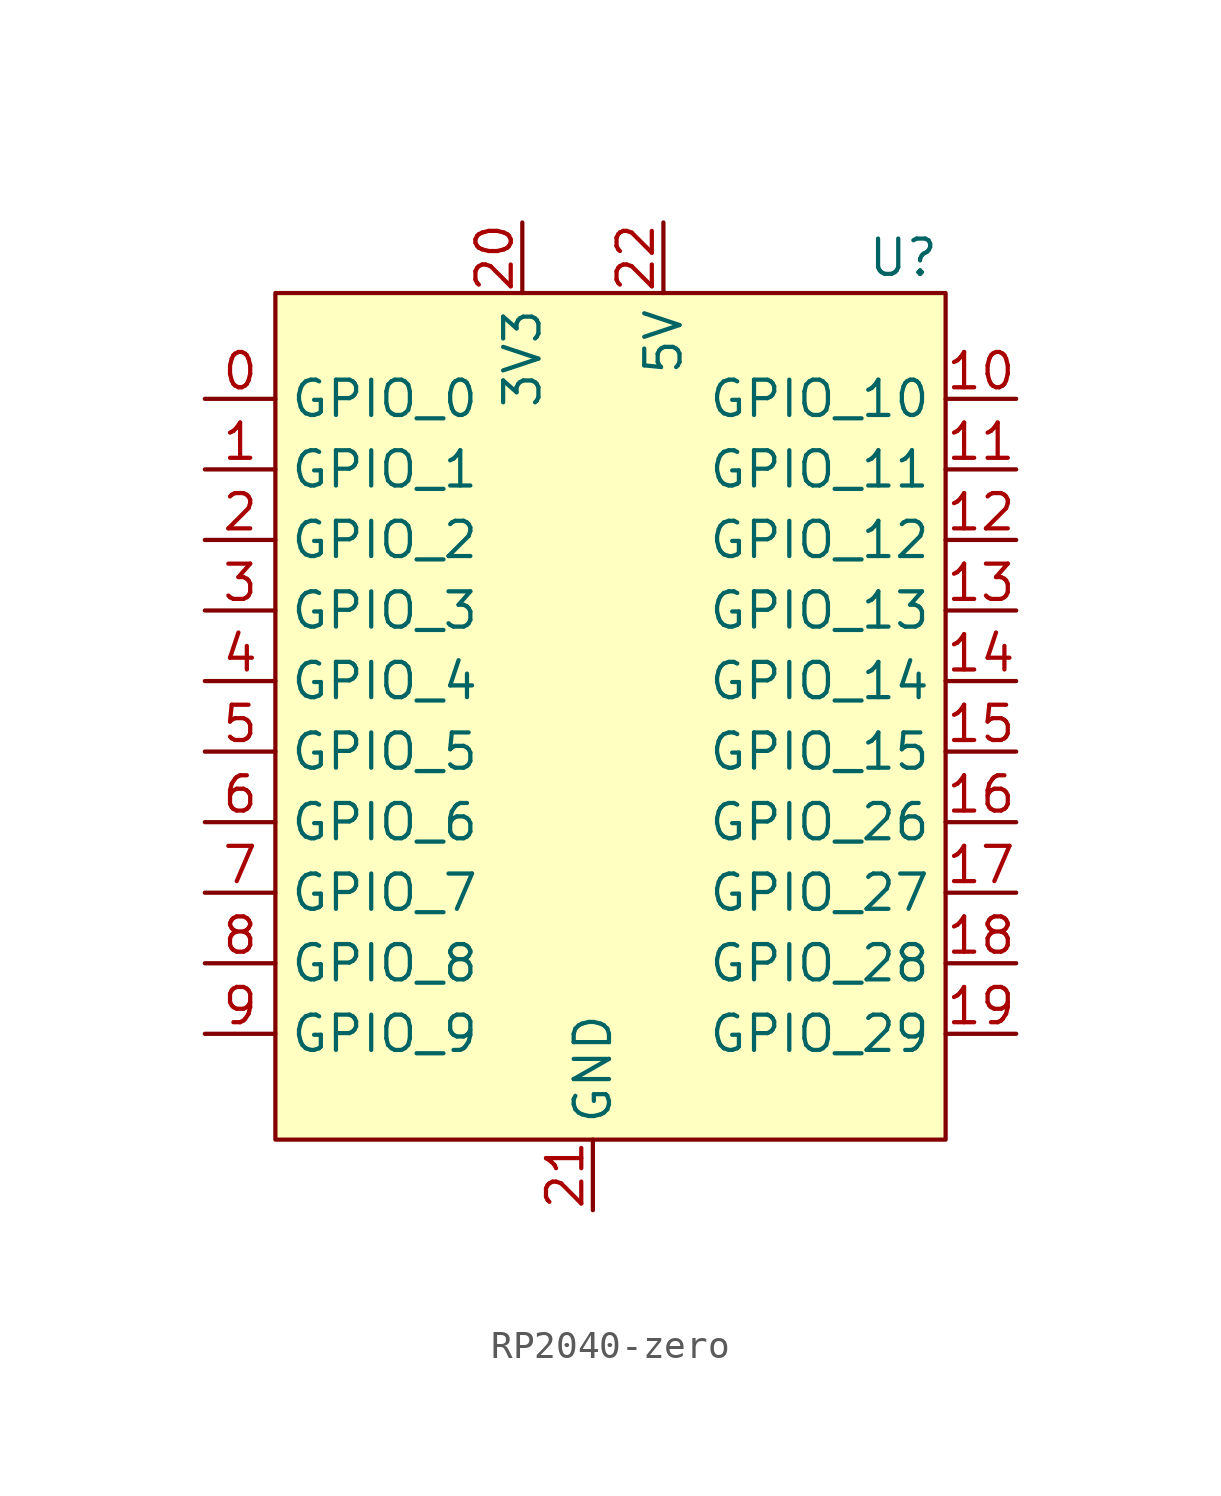
<source format=kicad_sym>
(kicad_symbol_lib
  (version 20231120)
  (generator "kicad_symbol_editor")
  (generator_version "8.0")
  (symbol "RP2040-zero"
    (property "Reference" "U"
      (at 11.176 16.51 0)
      (effects (font (size 1.27 1.27))))
    (property "Value" ""
      (at -13.97 11.43 0)
      (effects (font (size 1.27 1.27))))
    (symbol "RP2040-zero_0_0"
      (pin bidirectional line (at -13.97 11.43 0) (length 2.54) (name "GPIO_0" (effects (font (size 1.27 1.27)))) (number "0" (effects (font (size 1.27 1.27)))))
      (pin bidirectional line (at -13.97 8.89 0) (length 2.54) (name "GPIO_1" (effects (font (size 1.27 1.27)))) (number "1" (effects (font (size 1.27 1.27)))))
      (pin bidirectional line (at 15.24 11.43 180) (length 2.54) (name "GPIO_10" (effects (font (size 1.27 1.27)))) (number "10" (effects (font (size 1.27 1.27)))))
      (pin bidirectional line (at 15.24 8.89 180) (length 2.54) (name "GPIO_11" (effects (font (size 1.27 1.27)))) (number "11" (effects (font (size 1.27 1.27)))))
      (pin bidirectional line (at 15.24 6.35 180) (length 2.54) (name "GPIO_12" (effects (font (size 1.27 1.27)))) (number "12" (effects (font (size 1.27 1.27)))))
      (pin bidirectional line (at 15.24 3.81 180) (length 2.54) (name "GPIO_13" (effects (font (size 1.27 1.27)))) (number "13" (effects (font (size 1.27 1.27)))))
      (pin bidirectional line (at 15.24 1.27 180) (length 2.54) (name "GPIO_14" (effects (font (size 1.27 1.27)))) (number "14" (effects (font (size 1.27 1.27)))))
      (pin bidirectional line (at 15.24 -1.27 180) (length 2.54) (name "GPIO_15" (effects (font (size 1.27 1.27)))) (number "15" (effects (font (size 1.27 1.27)))))
      (pin bidirectional line (at 15.24 -3.81 180) (length 2.54) (name "GPIO_26" (effects (font (size 1.27 1.27)))) (number "16" (effects (font (size 1.27 1.27)))))
      (pin bidirectional line (at 15.24 -6.35 180) (length 2.54) (name "GPIO_27" (effects (font (size 1.27 1.27)))) (number "17" (effects (font (size 1.27 1.27)))))
      (pin bidirectional line (at 15.24 -8.89 180) (length 2.54) (name "GPIO_28" (effects (font (size 1.27 1.27)))) (number "18" (effects (font (size 1.27 1.27)))))
      (pin bidirectional line (at 15.24 -11.43 180) (length 2.54) (name "GPIO_29" (effects (font (size 1.27 1.27)))) (number "19" (effects (font (size 1.27 1.27)))))
      (pin bidirectional line (at -13.97 6.35 0) (length 2.54) (name "GPIO_2" (effects (font (size 1.27 1.27)))) (number "2" (effects (font (size 1.27 1.27)))))
      (pin power_in line (at -2.54 17.78 270) (length 2.54) (name "3V3" (effects (font (size 1.27 1.27)))) (number "20" (effects (font (size 1.27 1.27)))))
      (pin power_in line (at 0 -17.78 90) (length 2.54) (name "GND" (effects (font (size 1.27 1.27)))) (number "21" (effects (font (size 1.27 1.27)))))
      (pin power_in line (at 2.54 17.78 270) (length 2.54) (name "5V" (effects (font (size 1.27 1.27)))) (number "22" (effects (font (size 1.27 1.27)))))
      (pin bidirectional line (at -13.97 3.81 0) (length 2.54) (name "GPIO_3" (effects (font (size 1.27 1.27)))) (number "3" (effects (font (size 1.27 1.27)))))
      (pin bidirectional line (at -13.97 1.27 0) (length 2.54) (name "GPIO_4" (effects (font (size 1.27 1.27)))) (number "4" (effects (font (size 1.27 1.27)))))
      (pin bidirectional line (at -13.97 -1.27 0) (length 2.54) (name "GPIO_5" (effects (font (size 1.27 1.27)))) (number "5" (effects (font (size 1.27 1.27)))))
      (pin bidirectional line (at -13.97 -3.81 0) (length 2.54) (name "GPIO_6" (effects (font (size 1.27 1.27)))) (number "6" (effects (font (size 1.27 1.27)))))
      (pin bidirectional line (at -13.97 -6.35 0) (length 2.54) (name "GPIO_7" (effects (font (size 1.27 1.27)))) (number "7" (effects (font (size 1.27 1.27)))))
      (pin bidirectional line (at -13.97 -8.89 0) (length 2.54) (name "GPIO_8" (effects (font (size 1.27 1.27)))) (number "8" (effects (font (size 1.27 1.27)))))
      (pin bidirectional line (at -13.97 -11.43 0) (length 2.54) (name "GPIO_9" (effects (font (size 1.27 1.27)))) (number "9" (effects (font (size 1.27 1.27))))))
    (symbol "RP2040-zero_1_1"
      (rectangle (start -11.43 15.24) (end 12.7 -15.24) (stroke (width 0) (type default)) (fill (type background))))))
</source>
